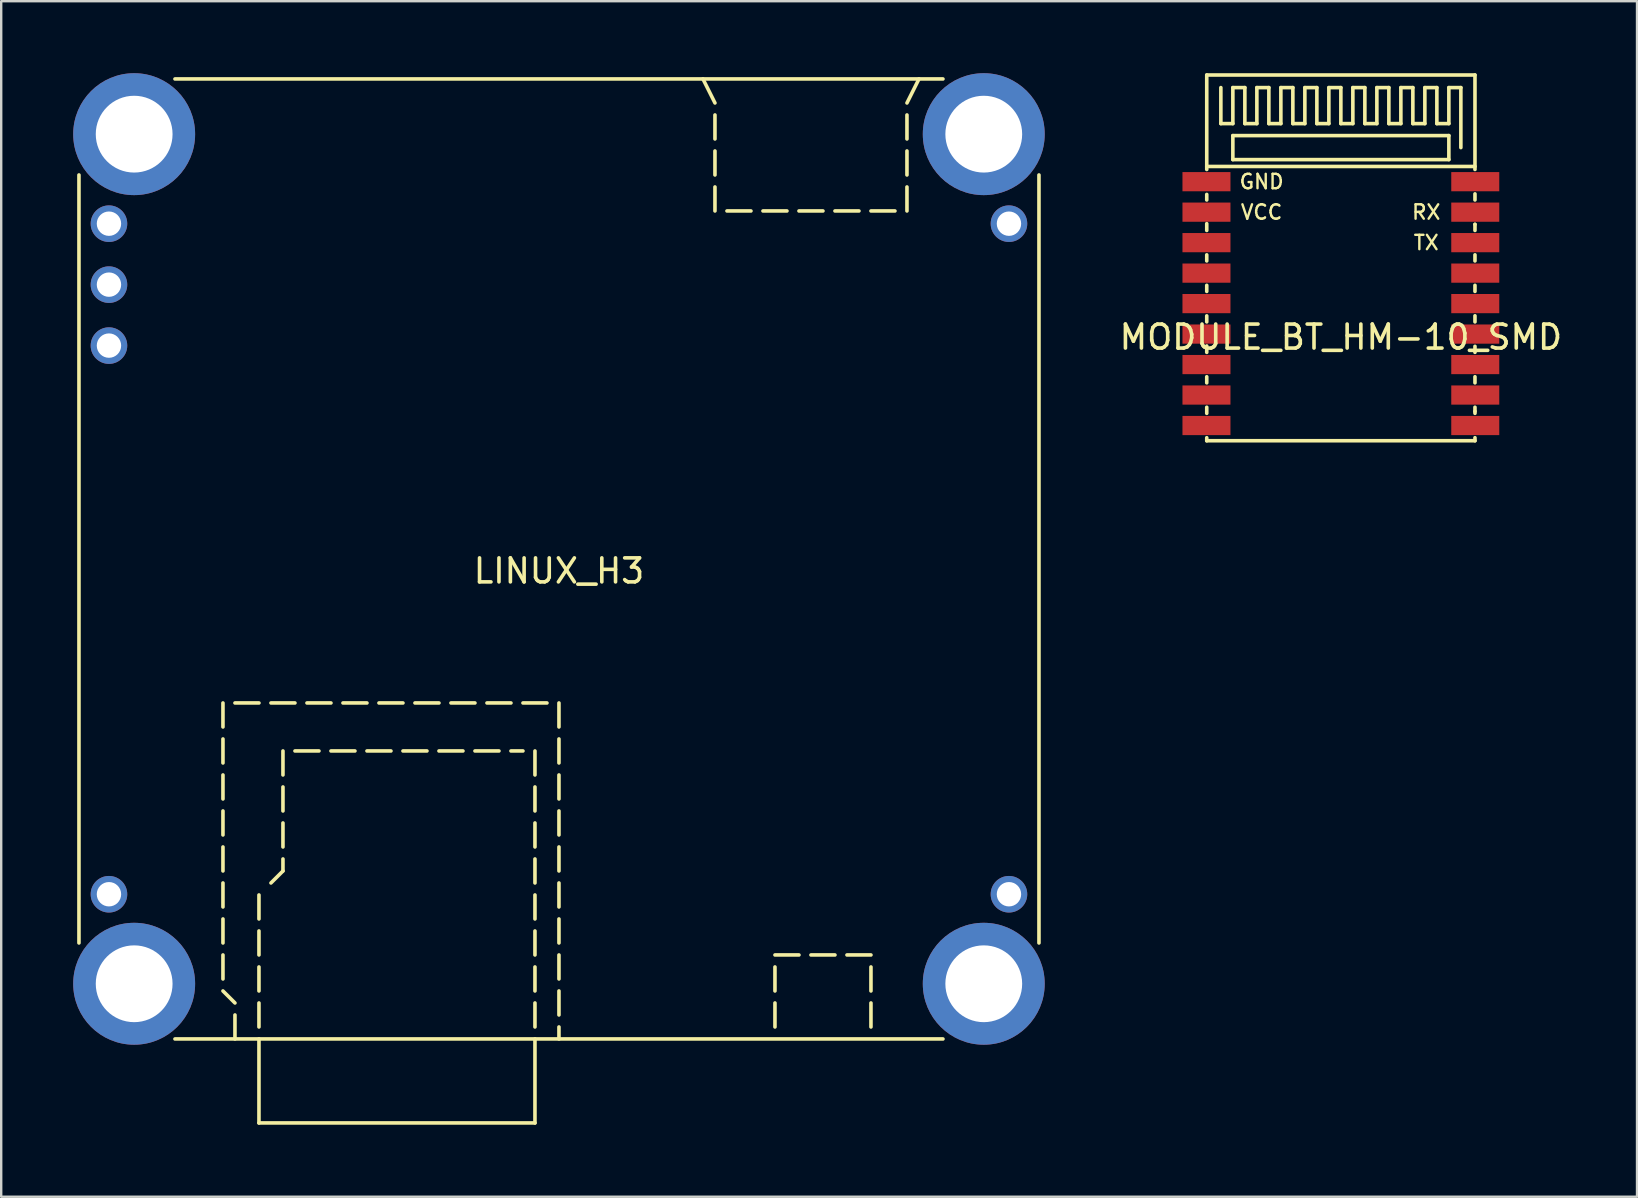
<source format=kicad_pcb>
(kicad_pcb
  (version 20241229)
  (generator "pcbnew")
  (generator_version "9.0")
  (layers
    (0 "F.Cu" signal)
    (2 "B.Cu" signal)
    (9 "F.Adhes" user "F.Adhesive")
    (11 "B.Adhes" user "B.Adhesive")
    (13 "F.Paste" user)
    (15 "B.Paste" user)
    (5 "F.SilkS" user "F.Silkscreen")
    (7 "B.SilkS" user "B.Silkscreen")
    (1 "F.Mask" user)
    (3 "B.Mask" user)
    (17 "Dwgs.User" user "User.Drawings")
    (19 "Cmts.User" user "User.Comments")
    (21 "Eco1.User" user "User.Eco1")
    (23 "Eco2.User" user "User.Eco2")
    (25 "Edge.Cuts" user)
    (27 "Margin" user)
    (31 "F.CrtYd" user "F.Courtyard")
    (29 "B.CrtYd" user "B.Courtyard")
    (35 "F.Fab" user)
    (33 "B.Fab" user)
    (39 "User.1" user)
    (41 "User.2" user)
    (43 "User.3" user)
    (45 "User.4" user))
  (footprint "LINUX_H3"
    (layer "F.Cu")
    (at 20.24 20.24)
    (property "Reference" "LINUX_H3" (at 0 0.5 0) (layer "F.SilkS") (effects (font (size 1 1) (thickness 0.15))))
    (attr through_hole)
    (fp_line (start -20 -16) (end -20 16) (stroke (width 0.15) (type solid)) (layer "F.SilkS"))
    (fp_line (start -16 -20) (end 16 -20) (stroke (width 0.15) (type solid)) (layer "F.SilkS"))
    (fp_line (start -16 20) (end 16 20) (stroke (width 0.15) (type solid)) (layer "F.SilkS"))
    (fp_line (start -14 7) (end -14 6) (stroke (width 0.15) (type solid)) (layer "F.SilkS"))
    (fp_line (start -14 8.5) (end -14 7.5) (stroke (width 0.15) (type solid)) (layer "F.SilkS"))
    (fp_line (start -14 10) (end -14 9) (stroke (width 0.15) (type solid)) (layer "F.SilkS"))
    (fp_line (start -14 11.5) (end -14 10.5) (stroke (width 0.15) (type solid)) (layer "F.SilkS"))
    (fp_line (start -14 13) (end -14 12) (stroke (width 0.15) (type solid)) (layer "F.SilkS"))
    (fp_line (start -14 14.5) (end -14 13.5) (stroke (width 0.15) (type solid)) (layer "F.SilkS"))
    (fp_line (start -14 16) (end -14 15) (stroke (width 0.15) (type solid)) (layer "F.SilkS"))
    (fp_line (start -14 17.5) (end -14 16.5) (stroke (width 0.15) (type solid)) (layer "F.SilkS"))
    (fp_line (start -13.5 6) (end -12.5 6) (stroke (width 0.15) (type solid)) (layer "F.SilkS"))
    (fp_line (start -13.5 18.5) (end -14 18) (stroke (width 0.15) (type solid)) (layer "F.SilkS"))
    (fp_line (start -13.5 20) (end -13.5 19) (stroke (width 0.15) (type solid)) (layer "F.SilkS"))
    (fp_line (start -12.5 15) (end -12.5 14) (stroke (width 0.15) (type solid)) (layer "F.SilkS"))
    (fp_line (start -12.5 16.5) (end -12.5 15.5) (stroke (width 0.15) (type solid)) (layer "F.SilkS"))
    (fp_line (start -12.5 18) (end -12.5 17) (stroke (width 0.15) (type solid)) (layer "F.SilkS"))
    (fp_line (start -12.5 19.5) (end -12.5 18.5) (stroke (width 0.15) (type solid)) (layer "F.SilkS"))
    (fp_line (start -12.5 20) (end -12.5 23.5) (stroke (width 0.15) (type solid)) (layer "F.SilkS"))
    (fp_line (start -12.5 23.5) (end -1 23.5) (stroke (width 0.15) (type solid)) (layer "F.SilkS"))
    (fp_line (start -12 6) (end -11 6) (stroke (width 0.15) (type solid)) (layer "F.SilkS"))
    (fp_line (start -12 13.5) (end -11.5 13) (stroke (width 0.15) (type solid)) (layer "F.SilkS"))
    (fp_line (start -11.5 9) (end -11.5 8) (stroke (width 0.15) (type solid)) (layer "F.SilkS"))
    (fp_line (start -11.5 10.5) (end -11.5 9.5) (stroke (width 0.15) (type solid)) (layer "F.SilkS"))
    (fp_line (start -11.5 12) (end -11.5 11) (stroke (width 0.15) (type solid)) (layer "F.SilkS"))
    (fp_line (start -11.5 13) (end -11.5 12.5) (stroke (width 0.15) (type solid)) (layer "F.SilkS"))
    (fp_line (start -11 8) (end -10 8) (stroke (width 0.15) (type solid)) (layer "F.SilkS"))
    (fp_line (start -10.5 6) (end -9.5 6) (stroke (width 0.15) (type solid)) (layer "F.SilkS"))
    (fp_line (start -9.5 8) (end -8.5 8) (stroke (width 0.15) (type solid)) (layer "F.SilkS"))
    (fp_line (start -9 6) (end -8 6) (stroke (width 0.15) (type solid)) (layer "F.SilkS"))
    (fp_line (start -8 8) (end -7 8) (stroke (width 0.15) (type solid)) (layer "F.SilkS"))
    (fp_line (start -7.5 6) (end -6.5 6) (stroke (width 0.15) (type solid)) (layer "F.SilkS"))
    (fp_line (start -6.5 8) (end -5.5 8) (stroke (width 0.15) (type solid)) (layer "F.SilkS"))
    (fp_line (start -6 6) (end -5 6) (stroke (width 0.15) (type solid)) (layer "F.SilkS"))
    (fp_line (start -5 8) (end -4 8) (stroke (width 0.15) (type solid)) (layer "F.SilkS"))
    (fp_line (start -4.5 6) (end -3.5 6) (stroke (width 0.15) (type solid)) (layer "F.SilkS"))
    (fp_line (start -3.5 8) (end -2.5 8) (stroke (width 0.15) (type solid)) (layer "F.SilkS"))
    (fp_line (start -3 6) (end -2 6) (stroke (width 0.15) (type solid)) (layer "F.SilkS"))
    (fp_line (start -2 8) (end -1.5 8) (stroke (width 0.15) (type solid)) (layer "F.SilkS"))
    (fp_line (start -1.5 6) (end -0.5 6) (stroke (width 0.15) (type solid)) (layer "F.SilkS"))
    (fp_line (start -1 9) (end -1 8) (stroke (width 0.15) (type solid)) (layer "F.SilkS"))
    (fp_line (start -1 10.5) (end -1 9.5) (stroke (width 0.15) (type solid)) (layer "F.SilkS"))
    (fp_line (start -1 12) (end -1 11) (stroke (width 0.15) (type solid)) (layer "F.SilkS"))
    (fp_line (start -1 13.5) (end -1 12.5) (stroke (width 0.15) (type solid)) (layer "F.SilkS"))
    (fp_line (start -1 15) (end -1 14) (stroke (width 0.15) (type solid)) (layer "F.SilkS"))
    (fp_line (start -1 16.5) (end -1 15.5) (stroke (width 0.15) (type solid)) (layer "F.SilkS"))
    (fp_line (start -1 18) (end -1 17) (stroke (width 0.15) (type solid)) (layer "F.SilkS"))
    (fp_line (start -1 19.5) (end -1 18.5) (stroke (width 0.15) (type solid)) (layer "F.SilkS"))
    (fp_line (start -1 23.5) (end -1 20) (stroke (width 0.15) (type solid)) (layer "F.SilkS"))
    (fp_line (start 0 6) (end 0 7) (stroke (width 0.15) (type solid)) (layer "F.SilkS"))
    (fp_line (start 0 7.5) (end 0 8.5) (stroke (width 0.15) (type solid)) (layer "F.SilkS"))
    (fp_line (start 0 9) (end 0 10) (stroke (width 0.15) (type solid)) (layer "F.SilkS"))
    (fp_line (start 0 10.5) (end 0 11.5) (stroke (width 0.15) (type solid)) (layer "F.SilkS"))
    (fp_line (start 0 12) (end 0 13) (stroke (width 0.15) (type solid)) (layer "F.SilkS"))
    (fp_line (start 0 13.5) (end 0 14.5) (stroke (width 0.15) (type solid)) (layer "F.SilkS"))
    (fp_line (start 0 15) (end 0 16) (stroke (width 0.15) (type solid)) (layer "F.SilkS"))
    (fp_line (start 0 16.5) (end 0 17.5) (stroke (width 0.15) (type solid)) (layer "F.SilkS"))
    (fp_line (start 0 18) (end 0 19) (stroke (width 0.15) (type solid)) (layer "F.SilkS"))
    (fp_line (start 0 19.5) (end 0 20) (stroke (width 0.15) (type solid)) (layer "F.SilkS"))
    (fp_line (start 6 -20) (end 6.5 -19) (stroke (width 0.15) (type solid)) (layer "F.SilkS"))
    (fp_line (start 6.5 -18.5) (end 6.5 -17.5) (stroke (width 0.15) (type solid)) (layer "F.SilkS"))
    (fp_line (start 6.5 -17) (end 6.5 -16) (stroke (width 0.15) (type solid)) (layer "F.SilkS"))
    (fp_line (start 6.5 -15.5) (end 6.5 -14.5) (stroke (width 0.15) (type solid)) (layer "F.SilkS"))
    (fp_line (start 7 -14.5) (end 8 -14.5) (stroke (width 0.15) (type solid)) (layer "F.SilkS"))
    (fp_line (start 9 16.5) (end 10 16.5) (stroke (width 0.15) (type solid)) (layer "F.SilkS"))
    (fp_line (start 9 18) (end 9 17) (stroke (width 0.15) (type solid)) (layer "F.SilkS"))
    (fp_line (start 9 19.5) (end 9 18.5) (stroke (width 0.15) (type solid)) (layer "F.SilkS"))
    (fp_line (start 9.5 -14.5) (end 8.5 -14.5) (stroke (width 0.15) (type solid)) (layer "F.SilkS"))
    (fp_line (start 10.5 16.5) (end 11.5 16.5) (stroke (width 0.15) (type solid)) (layer "F.SilkS"))
    (fp_line (start 11 -14.5) (end 10 -14.5) (stroke (width 0.15) (type solid)) (layer "F.SilkS"))
    (fp_line (start 12 16.5) (end 13 16.5) (stroke (width 0.15) (type solid)) (layer "F.SilkS"))
    (fp_line (start 12.5 -14.5) (end 11.5 -14.5) (stroke (width 0.15) (type solid)) (layer "F.SilkS"))
    (fp_line (start 13 17) (end 13 18) (stroke (width 0.15) (type solid)) (layer "F.SilkS"))
    (fp_line (start 13 18.5) (end 13 19.5) (stroke (width 0.15) (type solid)) (layer "F.SilkS"))
    (fp_line (start 14 -14.5) (end 13 -14.5) (stroke (width 0.15) (type solid)) (layer "F.SilkS"))
    (fp_line (start 14.5 -18.5) (end 14.5 -17.5) (stroke (width 0.15) (type solid)) (layer "F.SilkS"))
    (fp_line (start 14.5 -17) (end 14.5 -16) (stroke (width 0.15) (type solid)) (layer "F.SilkS"))
    (fp_line (start 14.5 -15.5) (end 14.5 -14.5) (stroke (width 0.15) (type solid)) (layer "F.SilkS"))
    (fp_line (start 15 -20) (end 14.5 -19) (stroke (width 0.15) (type solid)) (layer "F.SilkS"))
    (fp_line (start 20 -16) (end 20 16) (stroke (width 0.15) (type solid)) (layer "F.SilkS"))
    (pad "1" thru_hole circle (at -18.75 -13.97 90) (size 1.524 1.524) (drill 1.016) (layers "*.Cu" "*.Mask"))
    (pad "2" thru_hole circle (at -18.75 -11.43 90) (size 1.524 1.524) (drill 1.016) (layers "*.Cu" "*.Mask"))
    (pad "3" thru_hole circle (at -18.75 -8.89 90) (size 1.524 1.524) (drill 1.016) (layers "*.Cu" "*.Mask"))
    (pad "4" thru_hole circle (at -18.75 13.97 90) (size 1.524 1.524) (drill 1.016) (layers "*.Cu" "*.Mask"))
    (pad "5" thru_hole circle (at -17.7 -17.7) (size 5.08 5.08) (drill 3.2) (layers "*.Cu" "*.Mask"))
    (pad "5" thru_hole circle (at -17.7 17.7) (size 5.08 5.08) (drill 3.2) (layers "*.Cu" "*.Mask"))
    (pad "5" thru_hole circle (at 17.7 -17.7) (size 5.08 5.08) (drill 3.2) (layers "*.Cu" "*.Mask"))
    (pad "5" thru_hole circle (at 17.7 17.7) (size 5.08 5.08) (drill 3.2) (layers "*.Cu" "*.Mask"))
    (pad "5" thru_hole circle (at 18.75 13.97 90) (size 1.524 1.524) (drill 1.016) (layers "*.Cu" "*.Mask"))
    (pad "6" thru_hole circle (at 18.75 -13.97 90) (size 1.524 1.524) (drill 1.016) (layers "*.Cu" "*.Mask")))
  (footprint "MODULE_BT_HM-10_SMD"
    (layer "F.Cu")
    (at 52.819 9.6)
    (property "Reference" "MODULE_BT_HM-10_SMD" (at 0 1.397 0) (layer "F.SilkS") (effects (font (size 1 1) (thickness 0.15))))
    (attr through_hole)
    (fp_line (start -5.588 -9.525) (end -5.588 -5.588) (stroke (width 0.15) (type solid)) (layer "F.SilkS"))
    (fp_line (start -5.588 -4.549) (end -5.588 -4.318) (stroke (width 0.15) (type solid)) (layer "F.SilkS"))
    (fp_line (start -5.588 -3.331) (end -5.588 -3.048) (stroke (width 0.15) (type solid)) (layer "F.SilkS"))
    (fp_line (start -5.588 -2.032) (end -5.588 -1.778) (stroke (width 0.15) (type solid)) (layer "F.SilkS"))
    (fp_line (start -5.588 -0.762) (end -5.588 -0.508) (stroke (width 0.15) (type solid)) (layer "F.SilkS"))
    (fp_line (start -5.588 0.511) (end -5.588 0.762) (stroke (width 0.15) (type solid)) (layer "F.SilkS"))
    (fp_line (start -5.588 1.765) (end -5.588 2.032) (stroke (width 0.15) (type solid)) (layer "F.SilkS"))
    (fp_line (start -5.588 3.048) (end -5.588 3.302) (stroke (width 0.15) (type solid)) (layer "F.SilkS"))
    (fp_line (start -5.588 4.318) (end -5.588 4.572) (stroke (width 0.15) (type solid)) (layer "F.SilkS"))
    (fp_line (start -5.588 5.715) (end -5.588 5.588) (stroke (width 0.15) (type solid)) (layer "F.SilkS"))
    (fp_line (start -5.588 5.715) (end 5.588 5.715) (stroke (width 0.15) (type solid)) (layer "F.SilkS"))
    (fp_line (start -5 -7.5) (end -5 -9) (stroke (width 0.15) (type solid)) (layer "F.SilkS"))
    (fp_line (start -4.5 -9) (end -4.5 -7.5) (stroke (width 0.15) (type solid)) (layer "F.SilkS"))
    (fp_line (start -4.5 -7.5) (end -5 -7.5) (stroke (width 0.15) (type solid)) (layer "F.SilkS"))
    (fp_line (start -4.5 -7) (end 4.5 -7) (stroke (width 0.15) (type solid)) (layer "F.SilkS"))
    (fp_line (start -4.5 -6) (end -4.5 -7) (stroke (width 0.15) (type solid)) (layer "F.SilkS"))
    (fp_line (start -4 -9) (end -4.5 -9) (stroke (width 0.15) (type solid)) (layer "F.SilkS"))
    (fp_line (start -4 -7.5) (end -4 -9) (stroke (width 0.15) (type solid)) (layer "F.SilkS"))
    (fp_line (start -3.5 -9) (end -3.5 -7.5) (stroke (width 0.15) (type solid)) (layer "F.SilkS"))
    (fp_line (start -3.5 -7.5) (end -4 -7.5) (stroke (width 0.15) (type solid)) (layer "F.SilkS"))
    (fp_line (start -3 -9) (end -3.5 -9) (stroke (width 0.15) (type solid)) (layer "F.SilkS"))
    (fp_line (start -3 -7.5) (end -3 -9) (stroke (width 0.15) (type solid)) (layer "F.SilkS"))
    (fp_line (start -2.5 -9) (end -2.5 -7.5) (stroke (width 0.15) (type solid)) (layer "F.SilkS"))
    (fp_line (start -2.5 -7.5) (end -3 -7.5) (stroke (width 0.15) (type solid)) (layer "F.SilkS"))
    (fp_line (start -2 -9) (end -2.5 -9) (stroke (width 0.15) (type solid)) (layer "F.SilkS"))
    (fp_line (start -2 -7.5) (end -2 -9) (stroke (width 0.15) (type solid)) (layer "F.SilkS"))
    (fp_line (start -1.5 -9) (end -1.5 -7.5) (stroke (width 0.15) (type solid)) (layer "F.SilkS"))
    (fp_line (start -1.5 -7.5) (end -2 -7.5) (stroke (width 0.15) (type solid)) (layer "F.SilkS"))
    (fp_line (start -1 -9) (end -1.5 -9) (stroke (width 0.15) (type solid)) (layer "F.SilkS"))
    (fp_line (start -1 -7.5) (end -1 -9) (stroke (width 0.15) (type solid)) (layer "F.SilkS"))
    (fp_line (start -0.5 -9) (end -0.5 -7.5) (stroke (width 0.15) (type solid)) (layer "F.SilkS"))
    (fp_line (start -0.5 -7.5) (end -1 -7.5) (stroke (width 0.15) (type solid)) (layer "F.SilkS"))
    (fp_line (start 0 -9) (end -0.5 -9) (stroke (width 0.15) (type solid)) (layer "F.SilkS"))
    (fp_line (start 0 -7.5) (end 0 -9) (stroke (width 0.15) (type solid)) (layer "F.SilkS"))
    (fp_line (start 0.5 -9) (end 0.5 -7.5) (stroke (width 0.15) (type solid)) (layer "F.SilkS"))
    (fp_line (start 0.5 -7.5) (end 0 -7.5) (stroke (width 0.15) (type solid)) (layer "F.SilkS"))
    (fp_line (start 1 -9) (end 0.5 -9) (stroke (width 0.15) (type solid)) (layer "F.SilkS"))
    (fp_line (start 1 -7.5) (end 1 -9) (stroke (width 0.15) (type solid)) (layer "F.SilkS"))
    (fp_line (start 1.5 -9) (end 1.5 -7.5) (stroke (width 0.15) (type solid)) (layer "F.SilkS"))
    (fp_line (start 1.5 -7.5) (end 1 -7.5) (stroke (width 0.15) (type solid)) (layer "F.SilkS"))
    (fp_line (start 2 -9) (end 1.5 -9) (stroke (width 0.15) (type solid)) (layer "F.SilkS"))
    (fp_line (start 2 -7.5) (end 2 -9) (stroke (width 0.15) (type solid)) (layer "F.SilkS"))
    (fp_line (start 2.5 -9) (end 2.5 -7.5) (stroke (width 0.15) (type solid)) (layer "F.SilkS"))
    (fp_line (start 2.5 -7.5) (end 2 -7.5) (stroke (width 0.15) (type solid)) (layer "F.SilkS"))
    (fp_line (start 3 -9) (end 2.5 -9) (stroke (width 0.15) (type solid)) (layer "F.SilkS"))
    (fp_line (start 3 -7.5) (end 3 -9) (stroke (width 0.15) (type solid)) (layer "F.SilkS"))
    (fp_line (start 3.5 -9) (end 3.5 -7.5) (stroke (width 0.15) (type solid)) (layer "F.SilkS"))
    (fp_line (start 3.5 -7.5) (end 3 -7.5) (stroke (width 0.15) (type solid)) (layer "F.SilkS"))
    (fp_line (start 4 -9) (end 3.5 -9) (stroke (width 0.15) (type solid)) (layer "F.SilkS"))
    (fp_line (start 4 -7.5) (end 4 -9) (stroke (width 0.15) (type solid)) (layer "F.SilkS"))
    (fp_line (start 4.5 -9) (end 4.5 -7.5) (stroke (width 0.15) (type solid)) (layer "F.SilkS"))
    (fp_line (start 4.5 -7.5) (end 4 -7.5) (stroke (width 0.15) (type solid)) (layer "F.SilkS"))
    (fp_line (start 4.5 -7) (end 4.5 -6) (stroke (width 0.15) (type solid)) (layer "F.SilkS"))
    (fp_line (start 4.5 -6) (end -4.5 -6) (stroke (width 0.15) (type solid)) (layer "F.SilkS"))
    (fp_line (start 5 -9) (end 4.5 -9) (stroke (width 0.15) (type solid)) (layer "F.SilkS"))
    (fp_line (start 5 -6.5) (end 5 -9) (stroke (width 0.15) (type solid)) (layer "F.SilkS"))
    (fp_line (start 5.588 -9.525) (end -5.588 -9.525) (stroke (width 0.15) (type solid)) (layer "F.SilkS"))
    (fp_line (start 5.588 -5.715) (end -5.588 -5.715) (stroke (width 0.15) (type solid)) (layer "F.SilkS"))
    (fp_line (start 5.588 -5.588) (end 5.588 -9.525) (stroke (width 0.15) (type solid)) (layer "F.SilkS"))
    (fp_line (start 5.588 -4.318) (end 5.588 -4.572) (stroke (width 0.15) (type solid)) (layer "F.SilkS"))
    (fp_line (start 5.588 -3.302) (end 5.588 -3.302) (stroke (width 0.15) (type solid)) (layer "F.SilkS"))
    (fp_line (start 5.588 -3.048) (end 5.588 -3.302) (stroke (width 0.15) (type solid)) (layer "F.SilkS"))
    (fp_line (start 5.588 -1.778) (end 5.588 -2.032) (stroke (width 0.15) (type solid)) (layer "F.SilkS"))
    (fp_line (start 5.588 -0.508) (end 5.588 -0.762) (stroke (width 0.15) (type solid)) (layer "F.SilkS"))
    (fp_line (start 5.588 0.762) (end 5.588 0.508) (stroke (width 0.15) (type solid)) (layer "F.SilkS"))
    (fp_line (start 5.588 2.032) (end 5.588 1.78) (stroke (width 0.15) (type solid)) (layer "F.SilkS"))
    (fp_line (start 5.588 3.302) (end 5.588 3.048) (stroke (width 0.15) (type solid)) (layer "F.SilkS"))
    (fp_line (start 5.588 4.489) (end 5.588 4.489) (stroke (width 0.15) (type solid)) (layer "F.SilkS"))
    (fp_line (start 5.588 4.572) (end 5.588 4.318) (stroke (width 0.15) (type solid)) (layer "F.SilkS"))
    (fp_line (start 5.588 5.715) (end 5.588 5.588) (stroke (width 0.15) (type solid)) (layer "F.SilkS"))
    (fp_text user "VCC" (at -3.302 -3.81 0) (layer "F.SilkS") (effects (font (size 0.6 0.6) (thickness 0.1))))
    (fp_text user "TX" (at 3.556 -2.54 0) (layer "F.SilkS") (effects (font (size 0.6 0.6) (thickness 0.1))))
    (fp_text user "GND" (at -3.302 -5.08 0) (layer "F.SilkS") (effects (font (size 0.6 0.6) (thickness 0.1))))
    (fp_text user "RX" (at 3.556 -3.81 0) (layer "F.SilkS") (effects (font (size 0.6 0.6) (thickness 0.1))))
    (pad "1" smd rect (at -5.6 -5.08) (size 2 0.8) (layers "F.Cu" "F.Mask" "F.Paste"))
    (pad "2" smd rect (at -5.6 -3.81) (size 2 0.8) (layers "F.Cu" "F.Mask" "F.Paste"))
    (pad "3" smd rect (at -5.6 -2.54) (size 2 0.8) (layers "F.Cu" "F.Mask" "F.Paste"))
    (pad "4" smd rect (at -5.6 -1.27) (size 2 0.8) (layers "F.Cu" "F.Mask" "F.Paste"))
    (pad "5" smd rect (at -5.6 0) (size 2 0.8) (layers "F.Cu" "F.Mask" "F.Paste"))
    (pad "6" smd rect (at -5.6 1.27) (size 2 0.8) (layers "F.Cu" "F.Mask" "F.Paste"))
    (pad "7" smd rect (at -5.6 2.54) (size 2 0.8) (layers "F.Cu" "F.Mask" "F.Paste"))
    (pad "8" smd rect (at -5.6 3.81) (size 2 0.8) (layers "F.Cu" "F.Mask" "F.Paste"))
    (pad "9" smd rect (at -5.6 5.08) (size 2 0.8) (layers "F.Cu" "F.Mask" "F.Paste"))
    (pad "10" smd rect (at 5.6 5.08) (size 2 0.8) (layers "F.Cu" "F.Mask" "F.Paste"))
    (pad "11" smd rect (at 5.6 3.81) (size 2 0.8) (layers "F.Cu" "F.Mask" "F.Paste"))
    (pad "12" smd rect (at 5.6 2.54) (size 2 0.8) (layers "F.Cu" "F.Mask" "F.Paste"))
    (pad "13" smd rect (at 5.6 1.27) (size 2 0.8) (layers "F.Cu" "F.Mask" "F.Paste"))
    (pad "14" smd rect (at 5.6 0) (size 2 0.8) (layers "F.Cu" "F.Mask" "F.Paste"))
    (pad "15" smd rect (at 5.6 -1.27) (size 2 0.8) (layers "F.Cu" "F.Mask" "F.Paste"))
    (pad "16" smd rect (at 5.6 -2.54) (size 2 0.8) (layers "F.Cu" "F.Mask" "F.Paste"))
    (pad "17" smd rect (at 5.6 -3.81) (size 2 0.8) (layers "F.Cu" "F.Mask" "F.Paste"))
    (pad "18" smd rect (at 5.6 -5.08) (size 2 0.8) (layers "F.Cu" "F.Mask" "F.Paste")))
  (gr_rect
    (start -3 -3)
    (end 65.159 46.815)
    (stroke (width 0.1) (type default))
    (fill no)
    (layer "Edge.Cuts")))
</source>
